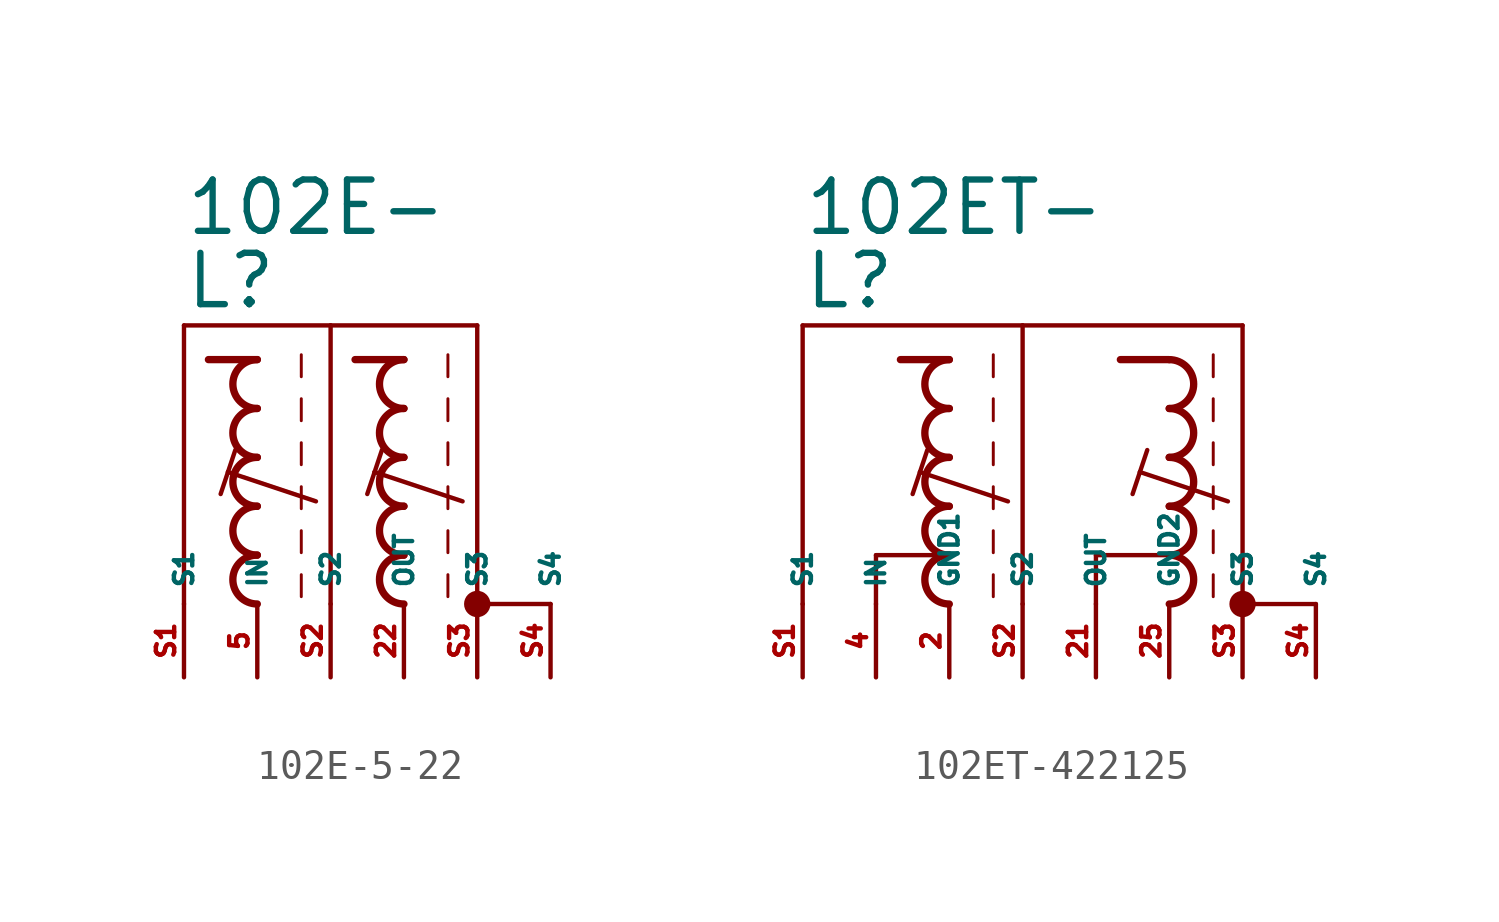
<source format=kicad_sym>
(kicad_symbol_lib
  (version 20220914)
  (generator kicad_symbol_editor)
  (symbol "102E-5-22"
    (property "Reference" "L"
      (at -5.08 7.62 0)
      (effects (font (size 1.778 1.778) (thickness 0.22)) (justify left bottom)))
    (property "Value" "102E-"
      (at -5.08 10.16 0)
      (effects (font (size 1.778 1.778) (thickness 0.22)) (justify left bottom)))
    (symbol "102E-5-22_1_1"
      (arc (start -2.54 -0.8466) (mid -3.3864 -1.6933) (end -2.54 -2.54) (stroke (width 0.254) (type default)) (fill (type none)))
      (arc (start -2.54 0.8466) (mid -3.3862 0) (end -2.54 -0.8466) (stroke (width 0.254) (type default)) (fill (type none)))
      (arc (start -2.54 2.54) (mid -3.3864 1.6933) (end -2.54 0.8466) (stroke (width 0.254) (type default)) (fill (type none)))
      (arc (start -2.54 4.2334) (mid -3.3864 3.3867) (end -2.54 2.54) (stroke (width 0.254) (type default)) (fill (type none)))
      (arc (start -2.54 5.9266) (mid -3.3862 5.08) (end -2.54 4.2334) (stroke (width 0.254) (type default)) (fill (type none)))
      (polyline (pts (xy -5.08 -2.54) (xy -5.08 7.112)) (stroke (width 0.152) (type default)) (fill (type none)))
      (polyline (pts (xy -5.08 7.112) (xy 0 7.112)) (stroke (width 0.152) (type default)) (fill (type none)))
      (polyline (pts (xy -3.556 2.032) (xy -3.81 1.27)) (stroke (width 0.152) (type default)) (fill (type none)))
      (polyline (pts (xy -3.302 2.794) (xy -3.556 2.032)) (stroke (width 0.152) (type default)) (fill (type none)))
      (polyline (pts (xy -2.54 5.927) (xy -4.233 5.927)) (stroke (width 0.254) (type default)) (fill (type none)))
      (polyline (pts (xy -1.016 -1.524) (xy -1.016 -2.286)) (stroke (width 0.102) (type default)) (fill (type none)))
      (polyline (pts (xy -1.016 0) (xy -1.016 -0.762)) (stroke (width 0.102) (type default)) (fill (type none)))
      (polyline (pts (xy -1.016 1.524) (xy -1.016 0.762)) (stroke (width 0.102) (type default)) (fill (type none)))
      (polyline (pts (xy -1.016 3.048) (xy -1.016 2.286)) (stroke (width 0.102) (type default)) (fill (type none)))
      (polyline (pts (xy -1.016 4.572) (xy -1.016 3.81)) (stroke (width 0.102) (type default)) (fill (type none)))
      (polyline (pts (xy -1.016 6.096) (xy -1.016 5.334)) (stroke (width 0.102) (type default)) (fill (type none)))
      (polyline (pts (xy -0.508 1.016) (xy -3.556 2.032)) (stroke (width 0.152) (type default)) (fill (type none)))
      (polyline (pts (xy 0 7.112) (xy 0 -2.54)) (stroke (width 0.152) (type default)) (fill (type none)))
      (polyline (pts (xy 0 7.112) (xy 5.08 7.112)) (stroke (width 0.152) (type default)) (fill (type none)))
      (polyline (pts (xy 1.524 2.032) (xy 1.27 1.27)) (stroke (width 0.152) (type default)) (fill (type none)))
      (polyline (pts (xy 1.778 2.794) (xy 1.524 2.032)) (stroke (width 0.152) (type default)) (fill (type none)))
      (polyline (pts (xy 2.54 5.927) (xy 0.847 5.927)) (stroke (width 0.254) (type default)) (fill (type none)))
      (polyline (pts (xy 4.064 -1.524) (xy 4.064 -2.286)) (stroke (width 0.102) (type default)) (fill (type none)))
      (polyline (pts (xy 4.064 0) (xy 4.064 -0.762)) (stroke (width 0.102) (type default)) (fill (type none)))
      (polyline (pts (xy 4.064 1.524) (xy 4.064 0.762)) (stroke (width 0.102) (type default)) (fill (type none)))
      (polyline (pts (xy 4.064 3.048) (xy 4.064 2.286)) (stroke (width 0.102) (type default)) (fill (type none)))
      (polyline (pts (xy 4.064 4.572) (xy 4.064 3.81)) (stroke (width 0.102) (type default)) (fill (type none)))
      (polyline (pts (xy 4.064 6.096) (xy 4.064 5.334)) (stroke (width 0.102) (type default)) (fill (type none)))
      (polyline (pts (xy 4.572 1.016) (xy 1.524 2.032)) (stroke (width 0.152) (type default)) (fill (type none)))
      (polyline (pts (xy 5.08 7.112) (xy 5.08 -2.54)) (stroke (width 0.152) (type default)) (fill (type none)))
      (polyline (pts (xy 7.62 -2.54) (xy 5.08 -2.54)) (stroke (width 0.152) (type default)) (fill (type none)))
      (arc (start 2.54 -0.8466) (mid 1.6936 -1.6933) (end 2.54 -2.54) (stroke (width 0.254) (type default)) (fill (type none)))
      (arc (start 2.54 0.8466) (mid 1.6938 0) (end 2.54 -0.8466) (stroke (width 0.254) (type default)) (fill (type none)))
      (arc (start 2.54 2.54) (mid 1.6936 1.6933) (end 2.54 0.8466) (stroke (width 0.254) (type default)) (fill (type none)))
      (arc (start 2.54 4.2334) (mid 1.6936 3.3867) (end 2.54 2.54) (stroke (width 0.254) (type default)) (fill (type none)))
      (arc (start 2.54 5.9266) (mid 1.6938 5.08) (end 2.54 4.2334) (stroke (width 0.254) (type default)) (fill (type none)))
      (circle (center 5.08 -2.54) (radius 0.254) (stroke (width 0.406) (type default)) (fill (type none)))
      (pin passive line (at 2.54 -5.08 90) (length 2.54) (name "OUT" (effects (font (size 0.635 0.635)))) (number "22" (effects (font (size 0.635 0.635)))))
      (pin passive line (at -2.54 -5.08 90) (length 2.54) (name "IN" (effects (font (size 0.635 0.635)))) (number "5" (effects (font (size 0.635 0.635)))))
      (pin passive line (at -5.08 -5.08 90) (length 2.54) (name "S1" (effects (font (size 0.635 0.635)))) (number "S1" (effects (font (size 0.635 0.635)))))
      (pin passive line (at 0 -5.08 90) (length 2.54) (name "S2" (effects (font (size 0.635 0.635)))) (number "S2" (effects (font (size 0.635 0.635)))))
      (pin passive line (at 5.08 -5.08 90) (length 2.54) (name "S3" (effects (font (size 0.635 0.635)))) (number "S3" (effects (font (size 0.635 0.635)))))
      (pin passive line (at 7.62 -5.08 90) (length 2.54) (name "S4" (effects (font (size 0.635 0.635)))) (number "S4" (effects (font (size 0.635 0.635)))))))
  (symbol "102ET-422125"
    (property "Reference" "L"
      (at -7.62 7.62 0)
      (effects (font (size 1.778 1.778) (thickness 0.22)) (justify left bottom)))
    (property "Value" "102ET-"
      (at -7.62 10.16 0)
      (effects (font (size 1.778 1.778) (thickness 0.22)) (justify left bottom)))
    (symbol "102ET-422125_1_1"
      (arc (start -2.54 -0.8466) (mid -3.3864 -1.6933) (end -2.54 -2.54) (stroke (width 0.254) (type default)) (fill (type none)))
      (arc (start -2.54 0.8466) (mid -3.3862 0) (end -2.54 -0.8466) (stroke (width 0.254) (type default)) (fill (type none)))
      (arc (start -2.54 2.54) (mid -3.3864 1.6933) (end -2.54 0.8466) (stroke (width 0.254) (type default)) (fill (type none)))
      (arc (start -2.54 4.2334) (mid -3.3864 3.3867) (end -2.54 2.54) (stroke (width 0.254) (type default)) (fill (type none)))
      (arc (start -2.54 5.9266) (mid -3.3862 5.08) (end -2.54 4.2334) (stroke (width 0.254) (type default)) (fill (type none)))
      (polyline (pts (xy -7.62 -2.54) (xy -7.62 7.112)) (stroke (width 0.152) (type default)) (fill (type none)))
      (polyline (pts (xy -7.62 7.112) (xy 0 7.112)) (stroke (width 0.152) (type default)) (fill (type none)))
      (polyline (pts (xy -5.08 -2.54) (xy -5.08 -0.847)) (stroke (width 0.152) (type default)) (fill (type none)))
      (polyline (pts (xy -5.08 -0.847) (xy -2.54 -0.847)) (stroke (width 0.152) (type default)) (fill (type none)))
      (polyline (pts (xy -3.556 2.032) (xy -3.81 1.27)) (stroke (width 0.152) (type default)) (fill (type none)))
      (polyline (pts (xy -3.302 2.794) (xy -3.556 2.032)) (stroke (width 0.152) (type default)) (fill (type none)))
      (polyline (pts (xy -2.54 5.927) (xy -4.233 5.927)) (stroke (width 0.254) (type default)) (fill (type none)))
      (polyline (pts (xy -1.016 -1.524) (xy -1.016 -2.286)) (stroke (width 0.102) (type default)) (fill (type none)))
      (polyline (pts (xy -1.016 0) (xy -1.016 -0.762)) (stroke (width 0.102) (type default)) (fill (type none)))
      (polyline (pts (xy -1.016 1.524) (xy -1.016 0.762)) (stroke (width 0.102) (type default)) (fill (type none)))
      (polyline (pts (xy -1.016 3.048) (xy -1.016 2.286)) (stroke (width 0.102) (type default)) (fill (type none)))
      (polyline (pts (xy -1.016 4.572) (xy -1.016 3.81)) (stroke (width 0.102) (type default)) (fill (type none)))
      (polyline (pts (xy -1.016 6.096) (xy -1.016 5.334)) (stroke (width 0.102) (type default)) (fill (type none)))
      (polyline (pts (xy -0.508 1.016) (xy -3.556 2.032)) (stroke (width 0.152) (type default)) (fill (type none)))
      (polyline (pts (xy 0 7.112) (xy 0 -2.54)) (stroke (width 0.152) (type default)) (fill (type none)))
      (polyline (pts (xy 0 7.112) (xy 7.62 7.112)) (stroke (width 0.152) (type default)) (fill (type none)))
      (polyline (pts (xy 2.54 -2.54) (xy 2.54 -0.847)) (stroke (width 0.152) (type default)) (fill (type none)))
      (polyline (pts (xy 2.54 -0.847) (xy 5.08 -0.847)) (stroke (width 0.152) (type default)) (fill (type none)))
      (polyline (pts (xy 4.064 2.032) (xy 3.81 1.27)) (stroke (width 0.152) (type default)) (fill (type none)))
      (polyline (pts (xy 4.318 2.794) (xy 4.064 2.032)) (stroke (width 0.152) (type default)) (fill (type none)))
      (polyline (pts (xy 5.08 5.927) (xy 3.387 5.927)) (stroke (width 0.254) (type default)) (fill (type none)))
      (polyline (pts (xy 6.604 -1.524) (xy 6.604 -2.286)) (stroke (width 0.102) (type default)) (fill (type none)))
      (polyline (pts (xy 6.604 0) (xy 6.604 -0.762)) (stroke (width 0.102) (type default)) (fill (type none)))
      (polyline (pts (xy 6.604 1.524) (xy 6.604 0.762)) (stroke (width 0.102) (type default)) (fill (type none)))
      (polyline (pts (xy 6.604 3.048) (xy 6.604 2.286)) (stroke (width 0.102) (type default)) (fill (type none)))
      (polyline (pts (xy 6.604 4.572) (xy 6.604 3.81)) (stroke (width 0.102) (type default)) (fill (type none)))
      (polyline (pts (xy 6.604 6.096) (xy 6.604 5.334)) (stroke (width 0.102) (type default)) (fill (type none)))
      (polyline (pts (xy 7.112 1.016) (xy 4.064 2.032)) (stroke (width 0.152) (type default)) (fill (type none)))
      (polyline (pts (xy 7.62 7.112) (xy 7.62 -2.54)) (stroke (width 0.152) (type default)) (fill (type none)))
      (polyline (pts (xy 10.16 -2.54) (xy 7.62 -2.54)) (stroke (width 0.152) (type default)) (fill (type none)))
      (arc (start 5.08 -2.54) (mid 5.9231 -1.6933) (end 5.08 -0.8466) (stroke (width 0.254) (type default)) (fill (type none)))
      (arc (start 5.08 -0.8466) (mid 5.923 0) (end 5.08 0.8466) (stroke (width 0.254) (type default)) (fill (type none)))
      (arc (start 5.08 0.8466) (mid 5.9231 1.6933) (end 5.08 2.54) (stroke (width 0.254) (type default)) (fill (type none)))
      (arc (start 5.08 2.54) (mid 5.9231 3.3867) (end 5.08 4.2334) (stroke (width 0.254) (type default)) (fill (type none)))
      (arc (start 5.08 4.2334) (mid 5.923 5.08) (end 5.08 5.9266) (stroke (width 0.254) (type default)) (fill (type none)))
      (circle (center 7.62 -2.54) (radius 0.254) (stroke (width 0.406) (type default)) (fill (type none)))
      (pin passive line (at -2.54 -5.08 90) (length 2.54) (name "GND1" (effects (font (size 0.635 0.635)))) (number "2" (effects (font (size 0.635 0.635)))))
      (pin passive line (at 2.54 -5.08 90) (length 2.54) (name "OUT" (effects (font (size 0.635 0.635)))) (number "21" (effects (font (size 0.635 0.635)))))
      (pin passive line (at 5.08 -5.08 90) (length 2.54) (name "GND2" (effects (font (size 0.635 0.635)))) (number "25" (effects (font (size 0.635 0.635)))))
      (pin passive line (at -5.08 -5.08 90) (length 2.54) (name "IN" (effects (font (size 0.635 0.635)))) (number "4" (effects (font (size 0.635 0.635)))))
      (pin passive line (at -7.62 -5.08 90) (length 2.54) (name "S1" (effects (font (size 0.635 0.635)))) (number "S1" (effects (font (size 0.635 0.635)))))
      (pin passive line (at 0 -5.08 90) (length 2.54) (name "S2" (effects (font (size 0.635 0.635)))) (number "S2" (effects (font (size 0.635 0.635)))))
      (pin passive line (at 7.62 -5.08 90) (length 2.54) (name "S3" (effects (font (size 0.635 0.635)))) (number "S3" (effects (font (size 0.635 0.635)))))
      (pin passive line (at 10.16 -5.08 90) (length 2.54) (name "S4" (effects (font (size 0.635 0.635)))) (number "S4" (effects (font (size 0.635 0.635))))))))
</source>
